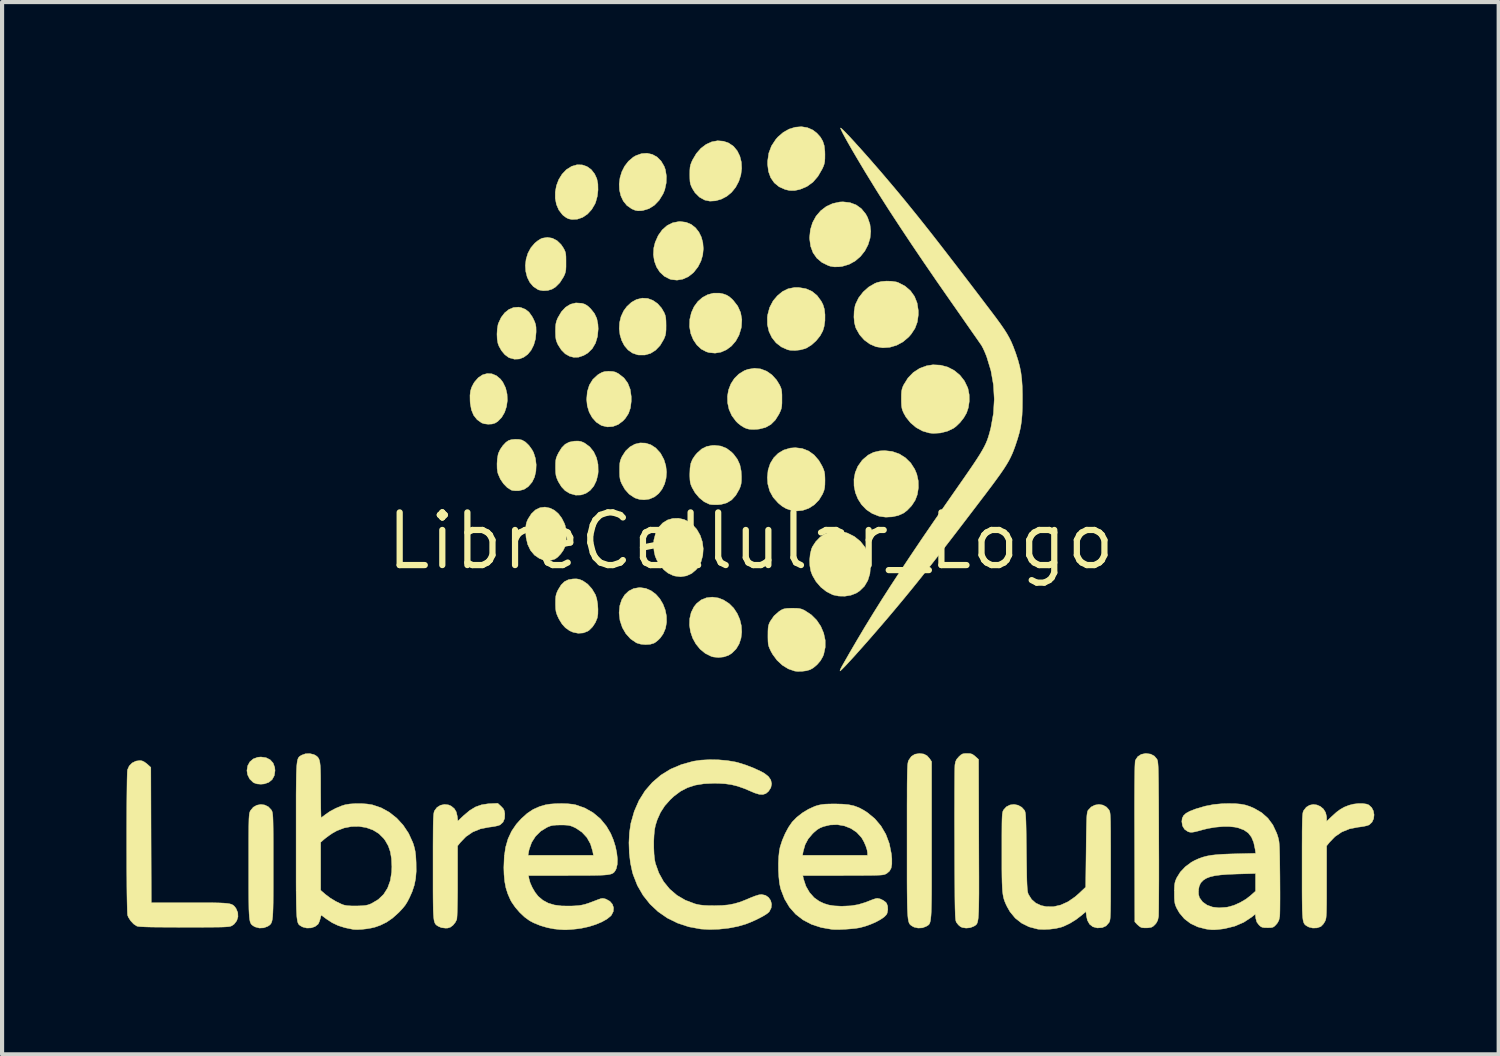
<source format=kicad_pcb>
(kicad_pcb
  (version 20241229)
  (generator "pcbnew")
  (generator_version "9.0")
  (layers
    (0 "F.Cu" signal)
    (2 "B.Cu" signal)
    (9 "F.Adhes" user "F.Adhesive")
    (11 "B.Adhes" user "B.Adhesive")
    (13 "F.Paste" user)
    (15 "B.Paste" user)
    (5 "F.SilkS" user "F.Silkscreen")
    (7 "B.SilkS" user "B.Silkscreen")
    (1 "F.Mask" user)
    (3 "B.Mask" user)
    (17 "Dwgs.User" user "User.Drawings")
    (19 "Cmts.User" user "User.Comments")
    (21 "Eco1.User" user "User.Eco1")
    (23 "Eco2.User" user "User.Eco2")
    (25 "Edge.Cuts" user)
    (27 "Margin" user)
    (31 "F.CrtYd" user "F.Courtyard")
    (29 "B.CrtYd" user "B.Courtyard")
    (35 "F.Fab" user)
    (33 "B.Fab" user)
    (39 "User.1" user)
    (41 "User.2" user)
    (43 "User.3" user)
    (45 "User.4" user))
  (footprint "LibreCellular_Logo"
    (layer "F.Cu")
    (at 15.054 9.996)
    (property "Reference" "LibreCellular_Logo" (at 0 0 0) (layer "F.SilkS") (effects (font (size 1.27 1.27) (thickness 0.15))))
    (attr through_hole)
    (fp_poly (pts (xy -11.689 5.224) (xy -11.59 5.274) (xy -11.519 5.352) (xy -11.48 5.457) (xy -11.472 5.535) (xy -11.49 5.655) (xy -11.541 5.75) (xy -11.623 5.818) (xy -11.732 5.856) (xy -11.813 5.863) (xy -11.906 5.856) (xy -11.976 5.832) (xy -12.004 5.815) (xy -12.083 5.738) (xy -12.134 5.636) (xy -12.15 5.535) (xy -12.131 5.418) (xy -12.078 5.322) (xy -11.996 5.253) (xy -11.889 5.214) (xy -11.813 5.207) (xy -11.689 5.224)) (stroke (width 0.01) (type solid)) (fill yes) (layer "F.SilkS"))
    (fp_poly (pts (xy -6.243 -4.032) (xy -6.134 -3.987) (xy -6.036 -3.905) (xy -5.978 -3.828) (xy -5.912 -3.692) (xy -5.877 -3.543) (xy -5.87 -3.391) (xy -5.891 -3.241) (xy -5.937 -3.102) (xy -6.008 -2.981) (xy -6.101 -2.885) (xy -6.164 -2.845) (xy -6.239 -2.822) (xy -6.334 -2.817) (xy -6.427 -2.828) (xy -6.488 -2.848) (xy -6.599 -2.927) (xy -6.682 -3.031) (xy -6.737 -3.164) (xy -6.766 -3.328) (xy -6.769 -3.379) (xy -6.771 -3.512) (xy -6.759 -3.618) (xy -6.731 -3.709) (xy -6.684 -3.8) (xy -6.663 -3.833) (xy -6.571 -3.939) (xy -6.467 -4.008) (xy -6.355 -4.039) (xy -6.243 -4.032)) (stroke (width 0.01) (type solid)) (fill yes) (layer "F.SilkS"))
    (fp_poly (pts (xy -4.066 -9.07) (xy -3.951 -9.031) (xy -3.848 -8.957) (xy -3.765 -8.851) (xy -3.712 -8.735) (xy -3.687 -8.61) (xy -3.684 -8.465) (xy -3.701 -8.315) (xy -3.739 -8.176) (xy -3.756 -8.132) (xy -3.837 -7.994) (xy -3.938 -7.884) (xy -4.055 -7.805) (xy -4.182 -7.761) (xy -4.313 -7.754) (xy -4.394 -7.77) (xy -4.447 -7.796) (xy -4.51 -7.841) (xy -4.54 -7.867) (xy -4.629 -7.982) (xy -4.687 -8.117) (xy -4.715 -8.265) (xy -4.714 -8.418) (xy -4.686 -8.571) (xy -4.631 -8.716) (xy -4.551 -8.846) (xy -4.448 -8.955) (xy -4.322 -9.034) (xy -4.318 -9.036) (xy -4.191 -9.073) (xy -4.066 -9.07)) (stroke (width 0.01) (type solid)) (fill yes) (layer "F.SilkS"))
    (fp_poly (pts (xy -1.56 -7.686) (xy -1.437 -7.635) (xy -1.334 -7.554) (xy -1.252 -7.45) (xy -1.192 -7.328) (xy -1.156 -7.192) (xy -1.145 -7.047) (xy -1.159 -6.899) (xy -1.202 -6.752) (xy -1.273 -6.612) (xy -1.374 -6.483) (xy -1.386 -6.47) (xy -1.506 -6.375) (xy -1.64 -6.315) (xy -1.779 -6.291) (xy -1.916 -6.306) (xy -1.957 -6.318) (xy -2.086 -6.385) (xy -2.192 -6.484) (xy -2.272 -6.607) (xy -2.325 -6.75) (xy -2.348 -6.905) (xy -2.339 -7.068) (xy -2.306 -7.201) (xy -2.232 -7.368) (xy -2.135 -7.504) (xy -2.018 -7.607) (xy -1.884 -7.674) (xy -1.735 -7.703) (xy -1.701 -7.704) (xy -1.56 -7.686)) (stroke (width 0.01) (type solid)) (fill yes) (layer "F.SilkS"))
    (fp_poly (pts (xy -0.782 1.373) (xy -0.66 1.42) (xy -0.524 1.507) (xy -0.412 1.619) (xy -0.326 1.75) (xy -0.264 1.893) (xy -0.228 2.043) (xy -0.219 2.195) (xy -0.236 2.342) (xy -0.281 2.48) (xy -0.354 2.602) (xy -0.455 2.703) (xy -0.538 2.756) (xy -0.65 2.794) (xy -0.779 2.808) (xy -0.904 2.795) (xy -0.953 2.781) (xy -1.098 2.709) (xy -1.222 2.607) (xy -1.324 2.482) (xy -1.402 2.34) (xy -1.454 2.187) (xy -1.478 2.029) (xy -1.473 1.872) (xy -1.438 1.722) (xy -1.37 1.586) (xy -1.306 1.506) (xy -1.196 1.419) (xy -1.068 1.368) (xy -0.928 1.352) (xy -0.782 1.373)) (stroke (width 0.01) (type solid)) (fill yes) (layer "F.SilkS"))
    (fp_poly (pts (xy -2.373 -9.322) (xy -2.259 -9.259) (xy -2.163 -9.162) (xy -2.089 -9.036) (xy -2.06 -8.956) (xy -2.035 -8.8) (xy -2.04 -8.633) (xy -2.075 -8.47) (xy -2.115 -8.372) (xy -2.21 -8.217) (xy -2.324 -8.098) (xy -2.455 -8.015) (xy -2.6 -7.971) (xy -2.644 -7.965) (xy -2.724 -7.963) (xy -2.79 -7.976) (xy -2.864 -8.007) (xy -2.875 -8.013) (xy -2.988 -8.092) (xy -3.074 -8.198) (xy -3.133 -8.323) (xy -3.166 -8.462) (xy -3.173 -8.609) (xy -3.154 -8.759) (xy -3.11 -8.904) (xy -3.042 -9.039) (xy -2.95 -9.158) (xy -2.835 -9.256) (xy -2.771 -9.293) (xy -2.634 -9.342) (xy -2.5 -9.351) (xy -2.373 -9.322)) (stroke (width 0.01) (type solid)) (fill yes) (layer "F.SilkS"))
    (fp_poly (pts (xy -1.605 -0.518) (xy -1.475 -0.452) (xy -1.413 -0.404) (xy -1.302 -0.281) (xy -1.22 -0.137) (xy -1.168 0.02) (xy -1.147 0.184) (xy -1.158 0.346) (xy -1.2 0.5) (xy -1.276 0.639) (xy -1.313 0.685) (xy -1.423 0.78) (xy -1.551 0.839) (xy -1.69 0.861) (xy -1.833 0.843) (xy -1.876 0.83) (xy -1.995 0.774) (xy -2.097 0.692) (xy -2.192 0.577) (xy -2.206 0.558) (xy -2.266 0.459) (xy -2.306 0.364) (xy -2.33 0.257) (xy -2.343 0.147) (xy -2.338 -0.023) (xy -2.295 -0.187) (xy -2.22 -0.332) (xy -2.124 -0.436) (xy -2.008 -0.508) (xy -1.879 -0.545) (xy -1.742 -0.549) (xy -1.605 -0.518)) (stroke (width 0.01) (type solid)) (fill yes) (layer "F.SilkS"))
    (fp_poly (pts (xy -3.332 -4.089) (xy -3.266 -4.074) (xy -3.2 -4.041) (xy -3.183 -4.03) (xy -3.057 -3.931) (xy -2.966 -3.807) (xy -2.908 -3.658) (xy -2.883 -3.484) (xy -2.883 -3.368) (xy -2.903 -3.208) (xy -2.949 -3.075) (xy -3.024 -2.96) (xy -3.083 -2.896) (xy -3.198 -2.81) (xy -3.325 -2.762) (xy -3.457 -2.752) (xy -3.587 -2.782) (xy -3.609 -2.791) (xy -3.726 -2.867) (xy -3.823 -2.975) (xy -3.897 -3.108) (xy -3.943 -3.26) (xy -3.958 -3.415) (xy -3.942 -3.602) (xy -3.892 -3.762) (xy -3.809 -3.897) (xy -3.693 -4.005) (xy -3.654 -4.03) (xy -3.585 -4.068) (xy -3.521 -4.087) (xy -3.441 -4.093) (xy -3.418 -4.093) (xy -3.332 -4.089)) (stroke (width 0.01) (type solid)) (fill yes) (layer "F.SilkS"))
    (fp_poly (pts (xy -2.532 1.142) (xy -2.404 1.198) (xy -2.29 1.283) (xy -2.194 1.392) (xy -2.118 1.52) (xy -2.064 1.661) (xy -2.034 1.808) (xy -2.031 1.957) (xy -2.056 2.103) (xy -2.113 2.238) (xy -2.183 2.337) (xy -2.242 2.396) (xy -2.305 2.445) (xy -2.336 2.463) (xy -2.427 2.49) (xy -2.538 2.497) (xy -2.651 2.487) (xy -2.748 2.459) (xy -2.762 2.452) (xy -2.899 2.359) (xy -3.012 2.234) (xy -3.098 2.085) (xy -3.154 1.917) (xy -3.175 1.738) (xy -3.175 1.724) (xy -3.159 1.56) (xy -3.113 1.417) (xy -3.04 1.297) (xy -2.943 1.206) (xy -2.826 1.146) (xy -2.692 1.123) (xy -2.673 1.122) (xy -2.532 1.142)) (stroke (width 0.01) (type solid)) (fill yes) (layer "F.SilkS"))
    (fp_poly (pts (xy -0.664 -5.959) (xy -0.588 -5.932) (xy -0.524 -5.895) (xy -0.457 -5.838) (xy -0.422 -5.802) (xy -0.315 -5.664) (xy -0.246 -5.51) (xy -0.216 -5.341) (xy -0.227 -5.163) (xy -0.233 -5.132) (xy -0.284 -4.966) (xy -0.363 -4.822) (xy -0.465 -4.704) (xy -0.585 -4.614) (xy -0.718 -4.555) (xy -0.861 -4.531) (xy -1.007 -4.545) (xy -1.071 -4.564) (xy -1.195 -4.629) (xy -1.301 -4.728) (xy -1.387 -4.855) (xy -1.447 -5.001) (xy -1.476 -5.161) (xy -1.477 -5.172) (xy -1.471 -5.347) (xy -1.433 -5.507) (xy -1.368 -5.651) (xy -1.278 -5.774) (xy -1.168 -5.871) (xy -1.041 -5.94) (xy -0.903 -5.977) (xy -0.755 -5.978) (xy -0.664 -5.959)) (stroke (width 0.01) (type solid)) (fill yes) (layer "F.SilkS"))
    (fp_poly (pts (xy 2.392 -8.16) (xy 2.54 -8.105) (xy 2.666 -8.014) (xy 2.77 -7.887) (xy 2.816 -7.803) (xy 2.873 -7.638) (xy 2.892 -7.47) (xy 2.876 -7.303) (xy 2.827 -7.143) (xy 2.749 -6.994) (xy 2.645 -6.863) (xy 2.517 -6.753) (xy 2.37 -6.672) (xy 2.206 -6.623) (xy 2.124 -6.613) (xy 2.013 -6.611) (xy 1.92 -6.626) (xy 1.87 -6.642) (xy 1.716 -6.717) (xy 1.593 -6.821) (xy 1.501 -6.952) (xy 1.443 -7.108) (xy 1.419 -7.286) (xy 1.418 -7.32) (xy 1.437 -7.508) (xy 1.49 -7.68) (xy 1.574 -7.834) (xy 1.685 -7.964) (xy 1.82 -8.067) (xy 1.974 -8.138) (xy 2.144 -8.175) (xy 2.223 -8.179) (xy 2.392 -8.16)) (stroke (width 0.01) (type solid)) (fill yes) (layer "F.SilkS"))
    (fp_poly (pts (xy -5.539 -5.629) (xy -5.434 -5.587) (xy -5.348 -5.518) (xy -5.275 -5.416) (xy -5.245 -5.361) (xy -5.21 -5.284) (xy -5.189 -5.222) (xy -5.179 -5.158) (xy -5.177 -5.073) (xy -5.177 -5.038) (xy -5.192 -4.874) (xy -5.234 -4.727) (xy -5.297 -4.602) (xy -5.379 -4.502) (xy -5.476 -4.431) (xy -5.583 -4.39) (xy -5.698 -4.385) (xy -5.817 -4.417) (xy -5.844 -4.43) (xy -5.931 -4.495) (xy -6.01 -4.589) (xy -6.072 -4.698) (xy -6.098 -4.769) (xy -6.115 -4.87) (xy -6.12 -4.989) (xy -6.113 -5.11) (xy -6.096 -5.215) (xy -6.086 -5.249) (xy -6.02 -5.391) (xy -5.934 -5.504) (xy -5.832 -5.585) (xy -5.72 -5.631) (xy -5.6 -5.64) (xy -5.539 -5.629)) (stroke (width 0.01) (type solid)) (fill yes) (layer "F.SilkS"))
    (fp_poly (pts (xy -4.838 -0.793) (xy -4.736 -0.742) (xy -4.643 -0.663) (xy -4.56 -0.554) (xy -4.496 -0.428) (xy -4.476 -0.373) (xy -4.455 -0.262) (xy -4.446 -0.134) (xy -4.452 -0.005) (xy -4.47 0.105) (xy -4.478 0.131) (xy -4.521 0.222) (xy -4.586 0.313) (xy -4.659 0.39) (xy -4.721 0.434) (xy -4.806 0.46) (xy -4.911 0.464) (xy -5.017 0.449) (xy -5.096 0.421) (xy -5.217 0.338) (xy -5.312 0.224) (xy -5.38 0.081) (xy -5.419 -0.087) (xy -5.428 -0.222) (xy -5.427 -0.321) (xy -5.42 -0.392) (xy -5.406 -0.451) (xy -5.38 -0.513) (xy -5.37 -0.533) (xy -5.289 -0.66) (xy -5.192 -0.751) (xy -5.082 -0.804) (xy -4.963 -0.819) (xy -4.838 -0.793)) (stroke (width 0.01) (type solid)) (fill yes) (layer "F.SilkS"))
    (fp_poly (pts (xy 1.331 -6.084) (xy 1.476 -6.02) (xy 1.598 -5.92) (xy 1.698 -5.784) (xy 1.74 -5.703) (xy 1.774 -5.592) (xy 1.789 -5.458) (xy 1.788 -5.314) (xy 1.768 -5.175) (xy 1.737 -5.069) (xy 1.671 -4.947) (xy 1.576 -4.83) (xy 1.464 -4.729) (xy 1.345 -4.655) (xy 1.306 -4.639) (xy 1.192 -4.609) (xy 1.067 -4.595) (xy 0.95 -4.6) (xy 0.889 -4.613) (xy 0.738 -4.68) (xy 0.61 -4.779) (xy 0.51 -4.904) (xy 0.439 -5.052) (xy 0.401 -5.216) (xy 0.399 -5.392) (xy 0.406 -5.45) (xy 0.454 -5.631) (xy 0.538 -5.792) (xy 0.64 -5.913) (xy 0.765 -6.017) (xy 0.897 -6.082) (xy 1.045 -6.112) (xy 1.165 -6.112) (xy 1.331 -6.084)) (stroke (width 0.01) (type solid)) (fill yes) (layer "F.SilkS"))
    (fp_poly (pts (xy 3.41 -2.16) (xy 3.578 -2.102) (xy 3.727 -2.009) (xy 3.854 -1.885) (xy 3.953 -1.732) (xy 4.003 -1.612) (xy 4.038 -1.451) (xy 4.041 -1.282) (xy 4.015 -1.119) (xy 3.964 -0.984) (xy 3.878 -0.852) (xy 3.768 -0.737) (xy 3.681 -0.672) (xy 3.556 -0.616) (xy 3.409 -0.584) (xy 3.254 -0.576) (xy 3.106 -0.596) (xy 3.089 -0.6) (xy 2.927 -0.664) (xy 2.787 -0.758) (xy 2.672 -0.877) (xy 2.584 -1.015) (xy 2.522 -1.167) (xy 2.49 -1.328) (xy 2.488 -1.491) (xy 2.518 -1.651) (xy 2.582 -1.803) (xy 2.681 -1.942) (xy 2.708 -1.97) (xy 2.83 -2.073) (xy 2.96 -2.139) (xy 3.107 -2.173) (xy 3.228 -2.18) (xy 3.41 -2.16)) (stroke (width 0.01) (type solid)) (fill yes) (layer "F.SilkS"))
    (fp_poly (pts (xy -0.659 -9.641) (xy -0.533 -9.597) (xy -0.416 -9.517) (xy -0.327 -9.409) (xy -0.264 -9.281) (xy -0.228 -9.137) (xy -0.22 -8.984) (xy -0.24 -8.827) (xy -0.289 -8.674) (xy -0.366 -8.529) (xy -0.463 -8.409) (xy -0.579 -8.313) (xy -0.711 -8.244) (xy -0.85 -8.204) (xy -0.986 -8.196) (xy -1.109 -8.221) (xy -1.236 -8.291) (xy -1.343 -8.396) (xy -1.408 -8.499) (xy -1.437 -8.56) (xy -1.456 -8.613) (xy -1.466 -8.67) (xy -1.47 -8.746) (xy -1.471 -8.836) (xy -1.47 -8.938) (xy -1.465 -9.011) (xy -1.453 -9.071) (xy -1.431 -9.13) (xy -1.404 -9.19) (xy -1.313 -9.344) (xy -1.203 -9.47) (xy -1.078 -9.564) (xy -0.942 -9.626) (xy -0.801 -9.652) (xy -0.659 -9.641)) (stroke (width 0.01) (type solid)) (fill yes) (layer "F.SilkS"))
    (fp_poly (pts (xy -5.59 -2.451) (xy -5.516 -2.435) (xy -5.433 -2.386) (xy -5.35 -2.306) (xy -5.277 -2.205) (xy -5.238 -2.133) (xy -5.193 -1.992) (xy -5.175 -1.839) (xy -5.182 -1.685) (xy -5.215 -1.542) (xy -5.273 -1.422) (xy -5.276 -1.418) (xy -5.367 -1.312) (xy -5.469 -1.245) (xy -5.585 -1.215) (xy -5.604 -1.213) (xy -5.68 -1.213) (xy -5.746 -1.22) (xy -5.774 -1.228) (xy -5.871 -1.288) (xy -5.962 -1.381) (xy -6.039 -1.494) (xy -6.093 -1.618) (xy -6.105 -1.661) (xy -6.117 -1.751) (xy -6.119 -1.863) (xy -6.112 -1.979) (xy -6.095 -2.08) (xy -6.086 -2.116) (xy -6.042 -2.209) (xy -5.978 -2.302) (xy -5.904 -2.38) (xy -5.841 -2.424) (xy -5.772 -2.445) (xy -5.682 -2.454) (xy -5.59 -2.451)) (stroke (width 0.01) (type solid)) (fill yes) (layer "F.SilkS"))
    (fp_poly (pts (xy -2.538 -2.361) (xy -2.411 -2.321) (xy -2.292 -2.244) (xy -2.187 -2.13) (xy -2.172 -2.109) (xy -2.095 -1.966) (xy -2.049 -1.816) (xy -2.032 -1.664) (xy -2.043 -1.516) (xy -2.079 -1.377) (xy -2.14 -1.251) (xy -2.222 -1.145) (xy -2.324 -1.064) (xy -2.445 -1.012) (xy -2.573 -0.995) (xy -2.682 -1.004) (xy -2.779 -1.034) (xy -2.81 -1.049) (xy -2.933 -1.131) (xy -3.034 -1.244) (xy -3.109 -1.375) (xy -3.136 -1.437) (xy -3.152 -1.494) (xy -3.161 -1.561) (xy -3.164 -1.651) (xy -3.164 -1.704) (xy -3.163 -1.807) (xy -3.158 -1.88) (xy -3.146 -1.938) (xy -3.125 -1.994) (xy -3.105 -2.037) (xy -3.019 -2.171) (xy -2.914 -2.27) (xy -2.795 -2.336) (xy -2.668 -2.366) (xy -2.538 -2.361)) (stroke (width 0.01) (type solid)) (fill yes) (layer "F.SilkS"))
    (fp_poly (pts (xy -2.487 -5.85) (xy -2.362 -5.804) (xy -2.248 -5.725) (xy -2.151 -5.615) (xy -2.088 -5.506) (xy -2.065 -5.448) (xy -2.051 -5.386) (xy -2.045 -5.306) (xy -2.043 -5.197) (xy -2.043 -5.196) (xy -2.044 -5.092) (xy -2.05 -5.016) (xy -2.062 -4.956) (xy -2.084 -4.898) (xy -2.098 -4.866) (xy -2.186 -4.717) (xy -2.294 -4.603) (xy -2.417 -4.525) (xy -2.553 -4.486) (xy -2.701 -4.486) (xy -2.729 -4.49) (xy -2.854 -4.533) (xy -2.961 -4.609) (xy -3.048 -4.711) (xy -3.112 -4.834) (xy -3.154 -4.971) (xy -3.172 -5.118) (xy -3.164 -5.267) (xy -3.129 -5.413) (xy -3.066 -5.549) (xy -2.989 -5.654) (xy -2.876 -5.758) (xy -2.756 -5.824) (xy -2.623 -5.856) (xy -2.616 -5.857) (xy -2.487 -5.85)) (stroke (width 0.01) (type solid)) (fill yes) (layer "F.SilkS"))
    (fp_poly (pts (xy 1.24 -2.231) (xy 1.392 -2.172) (xy 1.526 -2.076) (xy 1.641 -1.943) (xy 1.722 -1.802) (xy 1.754 -1.73) (xy 1.774 -1.669) (xy 1.784 -1.606) (xy 1.788 -1.523) (xy 1.789 -1.46) (xy 1.787 -1.358) (xy 1.78 -1.284) (xy 1.766 -1.222) (xy 1.741 -1.158) (xy 1.729 -1.13) (xy 1.643 -0.989) (xy 1.53 -0.874) (xy 1.398 -0.79) (xy 1.252 -0.739) (xy 1.099 -0.724) (xy 0.968 -0.742) (xy 0.857 -0.78) (xy 0.756 -0.839) (xy 0.661 -0.917) (xy 0.539 -1.054) (xy 0.456 -1.206) (xy 0.41 -1.376) (xy 0.399 -1.532) (xy 0.417 -1.711) (xy 0.469 -1.87) (xy 0.552 -2.006) (xy 0.662 -2.116) (xy 0.795 -2.195) (xy 0.949 -2.241) (xy 1.073 -2.251) (xy 1.24 -2.231)) (stroke (width 0.01) (type solid)) (fill yes) (layer "F.SilkS"))
    (fp_poly (pts (xy 1.365 -9.968) (xy 1.497 -9.91) (xy 1.593 -9.836) (xy 1.679 -9.74) (xy 1.736 -9.642) (xy 1.771 -9.532) (xy 1.786 -9.397) (xy 1.788 -9.324) (xy 1.787 -9.223) (xy 1.782 -9.149) (xy 1.77 -9.09) (xy 1.749 -9.031) (xy 1.721 -8.97) (xy 1.619 -8.794) (xy 1.498 -8.654) (xy 1.356 -8.551) (xy 1.19 -8.481) (xy 1.187 -8.48) (xy 1.054 -8.451) (xy 0.933 -8.453) (xy 0.829 -8.477) (xy 0.683 -8.542) (xy 0.567 -8.637) (xy 0.481 -8.76) (xy 0.427 -8.909) (xy 0.405 -9.083) (xy 0.406 -9.162) (xy 0.434 -9.354) (xy 0.499 -9.527) (xy 0.603 -9.685) (xy 0.655 -9.744) (xy 0.784 -9.855) (xy 0.925 -9.934) (xy 1.073 -9.979) (xy 1.222 -9.991) (xy 1.365 -9.968)) (stroke (width 0.01) (type solid)) (fill yes) (layer "F.SilkS"))
    (fp_poly (pts (xy 2.155 -0.228) (xy 2.282 -0.207) (xy 2.334 -0.191) (xy 2.502 -0.106) (xy 2.644 0.01) (xy 2.756 0.152) (xy 2.835 0.316) (xy 2.879 0.497) (xy 2.887 0.603) (xy 2.872 0.787) (xy 2.822 0.949) (xy 2.74 1.089) (xy 2.625 1.202) (xy 2.539 1.258) (xy 2.414 1.306) (xy 2.269 1.33) (xy 2.121 1.327) (xy 1.985 1.299) (xy 1.977 1.296) (xy 1.827 1.221) (xy 1.69 1.113) (xy 1.574 0.979) (xy 1.485 0.827) (xy 1.447 0.724) (xy 1.424 0.597) (xy 1.419 0.456) (xy 1.433 0.316) (xy 1.463 0.192) (xy 1.486 0.138) (xy 1.566 0.015) (xy 1.669 -0.092) (xy 1.782 -0.172) (xy 1.789 -0.175) (xy 1.893 -0.211) (xy 2.02 -0.229) (xy 2.155 -0.228)) (stroke (width 0.01) (type solid)) (fill yes) (layer "F.SilkS"))
    (fp_poly (pts (xy 3.399 -6.264) (xy 3.511 -6.247) (xy 3.556 -6.232) (xy 3.718 -6.148) (xy 3.849 -6.036) (xy 3.947 -5.899) (xy 4.011 -5.739) (xy 4.039 -5.558) (xy 4.039 -5.452) (xy 4.015 -5.28) (xy 3.959 -5.129) (xy 3.867 -4.989) (xy 3.808 -4.921) (xy 3.672 -4.805) (xy 3.518 -4.721) (xy 3.352 -4.672) (xy 3.183 -4.66) (xy 3.021 -4.685) (xy 2.872 -4.749) (xy 2.737 -4.847) (xy 2.624 -4.974) (xy 2.54 -5.123) (xy 2.527 -5.154) (xy 2.499 -5.266) (xy 2.487 -5.4) (xy 2.492 -5.539) (xy 2.513 -5.666) (xy 2.525 -5.708) (xy 2.6 -5.864) (xy 2.709 -6.005) (xy 2.843 -6.125) (xy 2.994 -6.213) (xy 3.048 -6.234) (xy 3.151 -6.258) (xy 3.274 -6.268) (xy 3.399 -6.264)) (stroke (width 0.01) (type solid)) (fill yes) (layer "F.SilkS"))
    (fp_poly (pts (xy -4.785 -7.302) (xy -4.674 -7.245) (xy -4.577 -7.152) (xy -4.521 -7.07) (xy -4.492 -7.016) (xy -4.473 -6.97) (xy -4.462 -6.92) (xy -4.457 -6.855) (xy -4.456 -6.764) (xy -4.456 -6.72) (xy -4.456 -6.614) (xy -4.46 -6.539) (xy -4.47 -6.482) (xy -4.486 -6.433) (xy -4.511 -6.379) (xy -4.515 -6.371) (xy -4.605 -6.229) (xy -4.709 -6.125) (xy -4.794 -6.073) (xy -4.896 -6.042) (xy -5.008 -6.036) (xy -5.109 -6.054) (xy -5.133 -6.064) (xy -5.244 -6.137) (xy -5.33 -6.239) (xy -5.391 -6.362) (xy -5.426 -6.501) (xy -5.436 -6.647) (xy -5.418 -6.796) (xy -5.374 -6.94) (xy -5.303 -7.072) (xy -5.208 -7.183) (xy -5.142 -7.237) (xy -5.072 -7.282) (xy -5.029 -7.302) (xy -4.905 -7.322) (xy -4.785 -7.302)) (stroke (width 0.01) (type solid)) (fill yes) (layer "F.SilkS"))
    (fp_poly (pts (xy -4.079 -5.733) (xy -4.075 -5.733) (xy -4.009 -5.713) (xy -3.952 -5.682) (xy -3.89 -5.629) (xy -3.859 -5.598) (xy -3.771 -5.488) (xy -3.714 -5.367) (xy -3.686 -5.226) (xy -3.68 -5.114) (xy -3.697 -4.932) (xy -3.745 -4.772) (xy -3.824 -4.638) (xy -3.932 -4.533) (xy -4.032 -4.474) (xy -4.154 -4.433) (xy -4.27 -4.43) (xy -4.368 -4.455) (xy -4.473 -4.513) (xy -4.568 -4.608) (xy -4.648 -4.732) (xy -4.652 -4.741) (xy -4.68 -4.803) (xy -4.697 -4.861) (xy -4.706 -4.926) (xy -4.709 -5.015) (xy -4.71 -5.059) (xy -4.708 -5.161) (xy -4.701 -5.235) (xy -4.687 -5.296) (xy -4.663 -5.36) (xy -4.65 -5.387) (xy -4.565 -5.531) (xy -4.464 -5.639) (xy -4.347 -5.71) (xy -4.218 -5.742) (xy -4.079 -5.733)) (stroke (width 0.01) (type solid)) (fill yes) (layer "F.SilkS"))
    (fp_poly (pts (xy -4.1 -2.402) (xy -4.038 -2.378) (xy -4.002 -2.359) (xy -3.883 -2.271) (xy -3.788 -2.152) (xy -3.721 -2.009) (xy -3.684 -1.848) (xy -3.68 -1.673) (xy -3.686 -1.608) (xy -3.724 -1.454) (xy -3.788 -1.323) (xy -3.874 -1.221) (xy -3.978 -1.149) (xy -4.096 -1.11) (xy -4.224 -1.107) (xy -4.356 -1.144) (xy -4.372 -1.151) (xy -4.478 -1.216) (xy -4.565 -1.308) (xy -4.641 -1.432) (xy -4.654 -1.46) (xy -4.681 -1.524) (xy -4.698 -1.585) (xy -4.706 -1.656) (xy -4.709 -1.752) (xy -4.709 -1.78) (xy -4.708 -1.878) (xy -4.703 -1.948) (xy -4.691 -2.004) (xy -4.668 -2.061) (xy -4.636 -2.127) (xy -4.56 -2.249) (xy -4.477 -2.333) (xy -4.379 -2.385) (xy -4.259 -2.408) (xy -4.245 -2.409) (xy -4.162 -2.411) (xy -4.1 -2.402)) (stroke (width 0.01) (type solid)) (fill yes) (layer "F.SilkS"))
    (fp_poly (pts (xy -4.136 0.923) (xy -4.068 0.951) (xy -4.048 0.96) (xy -3.933 1.04) (xy -3.831 1.153) (xy -3.749 1.29) (xy -3.743 1.303) (xy -3.714 1.396) (xy -3.694 1.514) (xy -3.685 1.641) (xy -3.687 1.761) (xy -3.702 1.854) (xy -3.747 1.964) (xy -3.815 2.068) (xy -3.897 2.15) (xy -3.93 2.173) (xy -4.039 2.216) (xy -4.162 2.224) (xy -4.287 2.199) (xy -4.372 2.161) (xy -4.47 2.091) (xy -4.551 2.002) (xy -4.624 1.883) (xy -4.652 1.825) (xy -4.68 1.759) (xy -4.697 1.698) (xy -4.706 1.628) (xy -4.709 1.533) (xy -4.709 1.503) (xy -4.708 1.404) (xy -4.702 1.332) (xy -4.689 1.275) (xy -4.666 1.217) (xy -4.646 1.176) (xy -4.574 1.059) (xy -4.493 0.979) (xy -4.397 0.932) (xy -4.289 0.914) (xy -4.203 0.912) (xy -4.136 0.923)) (stroke (width 0.01) (type solid)) (fill yes) (layer "F.SilkS"))
    (fp_poly (pts (xy -0.721 -2.29) (xy -0.586 -2.236) (xy -0.463 -2.143) (xy -0.414 -2.093) (xy -0.324 -1.972) (xy -0.264 -1.841) (xy -0.233 -1.691) (xy -0.225 -1.556) (xy -0.226 -1.454) (xy -0.234 -1.379) (xy -0.25 -1.317) (xy -0.277 -1.25) (xy -0.278 -1.249) (xy -0.362 -1.102) (xy -0.461 -0.993) (xy -0.578 -0.921) (xy -0.716 -0.883) (xy -0.791 -0.876) (xy -0.875 -0.875) (xy -0.951 -0.879) (xy -1 -0.888) (xy -1.125 -0.948) (xy -1.242 -1.043) (xy -1.345 -1.166) (xy -1.415 -1.289) (xy -1.442 -1.351) (xy -1.459 -1.409) (xy -1.467 -1.475) (xy -1.471 -1.564) (xy -1.471 -1.619) (xy -1.465 -1.762) (xy -1.445 -1.876) (xy -1.405 -1.973) (xy -1.342 -2.066) (xy -1.292 -2.124) (xy -1.183 -2.221) (xy -1.065 -2.28) (xy -0.929 -2.305) (xy -0.872 -2.307) (xy -0.721 -2.29)) (stroke (width 0.01) (type solid)) (fill yes) (layer "F.SilkS"))
    (fp_poly (pts (xy 0.239 -4.15) (xy 0.381 -4.096) (xy 0.51 -4.006) (xy 0.621 -3.883) (xy 0.692 -3.768) (xy 0.719 -3.711) (xy 0.737 -3.66) (xy 0.746 -3.602) (xy 0.751 -3.527) (xy 0.751 -3.429) (xy 0.751 -3.326) (xy 0.746 -3.252) (xy 0.736 -3.194) (xy 0.717 -3.14) (xy 0.687 -3.075) (xy 0.682 -3.064) (xy 0.592 -2.919) (xy 0.484 -2.811) (xy 0.355 -2.739) (xy 0.201 -2.7) (xy 0.116 -2.693) (xy 0.022 -2.692) (xy -0.047 -2.698) (xy -0.106 -2.714) (xy -0.159 -2.737) (xy -0.233 -2.782) (xy -0.312 -2.844) (xy -0.356 -2.888) (xy -0.458 -3.025) (xy -0.525 -3.175) (xy -0.559 -3.332) (xy -0.563 -3.491) (xy -0.536 -3.646) (xy -0.48 -3.79) (xy -0.397 -3.919) (xy -0.288 -4.027) (xy -0.155 -4.109) (xy -0.066 -4.141) (xy 0.088 -4.166) (xy 0.239 -4.15)) (stroke (width 0.01) (type solid)) (fill yes) (layer "F.SilkS"))
    (fp_poly (pts (xy 4.575 -4.241) (xy 4.748 -4.195) (xy 4.905 -4.113) (xy 5.041 -4.001) (xy 5.151 -3.861) (xy 5.23 -3.697) (xy 5.238 -3.672) (xy 5.266 -3.528) (xy 5.268 -3.37) (xy 5.245 -3.214) (xy 5.202 -3.087) (xy 5.135 -2.971) (xy 5.046 -2.858) (xy 4.946 -2.762) (xy 4.888 -2.719) (xy 4.739 -2.648) (xy 4.571 -2.606) (xy 4.397 -2.596) (xy 4.302 -2.606) (xy 4.141 -2.653) (xy 3.988 -2.737) (xy 3.853 -2.85) (xy 3.742 -2.988) (xy 3.687 -3.086) (xy 3.66 -3.147) (xy 3.644 -3.202) (xy 3.635 -3.265) (xy 3.631 -3.348) (xy 3.63 -3.429) (xy 3.631 -3.534) (xy 3.636 -3.609) (xy 3.647 -3.666) (xy 3.665 -3.72) (xy 3.689 -3.77) (xy 3.79 -3.932) (xy 3.918 -4.064) (xy 4.07 -4.163) (xy 4.24 -4.226) (xy 4.392 -4.25) (xy 4.575 -4.241)) (stroke (width 0.01) (type solid)) (fill yes) (layer "F.SilkS"))
    (fp_poly (pts (xy 1.104 1.621) (xy 1.174 1.628) (xy 1.231 1.643) (xy 1.288 1.668) (xy 1.306 1.678) (xy 1.46 1.78) (xy 1.589 1.909) (xy 1.688 2.057) (xy 1.757 2.22) (xy 1.794 2.391) (xy 1.794 2.564) (xy 1.758 2.733) (xy 1.736 2.788) (xy 1.679 2.887) (xy 1.597 2.982) (xy 1.504 3.06) (xy 1.429 3.102) (xy 1.339 3.128) (xy 1.229 3.142) (xy 1.121 3.143) (xy 1.058 3.135) (xy 0.906 3.083) (xy 0.761 2.994) (xy 0.632 2.874) (xy 0.525 2.729) (xy 0.485 2.657) (xy 0.453 2.589) (xy 0.432 2.534) (xy 0.42 2.48) (xy 0.415 2.414) (xy 0.413 2.323) (xy 0.413 2.276) (xy 0.414 2.17) (xy 0.418 2.094) (xy 0.427 2.038) (xy 0.443 1.99) (xy 0.467 1.939) (xy 0.47 1.935) (xy 0.56 1.805) (xy 0.681 1.698) (xy 0.746 1.657) (xy 0.798 1.636) (xy 0.869 1.624) (xy 0.968 1.62) (xy 1.005 1.62) (xy 1.104 1.621)) (stroke (width 0.01) (type solid)) (fill yes) (layer "F.SilkS"))
    (fp_poly (pts (xy 9.643 5.138) (xy 9.731 5.185) (xy 9.792 5.257) (xy 9.799 5.271) (xy 9.805 5.287) (xy 9.811 5.309) (xy 9.815 5.34) (xy 9.819 5.383) (xy 9.823 5.44) (xy 9.826 5.513) (xy 9.828 5.607) (xy 9.83 5.723) (xy 9.832 5.864) (xy 9.833 6.032) (xy 9.835 6.232) (xy 9.836 6.465) (xy 9.837 6.734) (xy 9.838 7.042) (xy 9.838 7.133) (xy 9.839 7.409) (xy 9.84 7.675) (xy 9.84 7.927) (xy 9.84 8.162) (xy 9.839 8.378) (xy 9.838 8.57) (xy 9.837 8.734) (xy 9.836 8.869) (xy 9.834 8.971) (xy 9.833 9.035) (xy 9.831 9.056) (xy 9.813 9.143) (xy 9.778 9.21) (xy 9.749 9.245) (xy 9.701 9.291) (xy 9.655 9.315) (xy 9.59 9.325) (xy 9.566 9.327) (xy 9.492 9.328) (xy 9.432 9.322) (xy 9.409 9.315) (xy 9.365 9.287) (xy 9.317 9.244) (xy 9.313 9.24) (xy 9.26 9.183) (xy 9.255 7.264) (xy 9.254 6.906) (xy 9.253 6.59) (xy 9.253 6.312) (xy 9.254 6.071) (xy 9.255 5.866) (xy 9.257 5.695) (xy 9.259 5.556) (xy 9.261 5.448) (xy 9.265 5.368) (xy 9.268 5.315) (xy 9.273 5.288) (xy 9.273 5.286) (xy 9.33 5.199) (xy 9.414 5.144) (xy 9.52 5.122) (xy 9.529 5.122) (xy 9.643 5.138)) (stroke (width 0.01) (type solid)) (fill yes) (layer "F.SilkS"))
    (fp_poly (pts (xy 4.067 5.123) (xy 4.172 5.136) (xy 4.251 5.178) (xy 4.312 5.247) (xy 4.36 5.319) (xy 4.36 7.222) (xy 4.36 7.557) (xy 4.36 7.852) (xy 4.36 8.11) (xy 4.36 8.333) (xy 4.359 8.525) (xy 4.357 8.687) (xy 4.354 8.823) (xy 4.351 8.934) (xy 4.346 9.024) (xy 4.339 9.095) (xy 4.332 9.15) (xy 4.322 9.191) (xy 4.311 9.222) (xy 4.298 9.243) (xy 4.282 9.259) (xy 4.264 9.271) (xy 4.243 9.283) (xy 4.227 9.293) (xy 4.136 9.327) (xy 4.033 9.332) (xy 3.935 9.309) (xy 3.902 9.291) (xy 3.879 9.277) (xy 3.859 9.263) (xy 3.842 9.248) (xy 3.827 9.228) (xy 3.814 9.2) (xy 3.803 9.163) (xy 3.794 9.113) (xy 3.787 9.048) (xy 3.781 8.966) (xy 3.776 8.863) (xy 3.773 8.737) (xy 3.771 8.586) (xy 3.769 8.406) (xy 3.768 8.195) (xy 3.768 7.951) (xy 3.768 7.671) (xy 3.768 7.352) (xy 3.768 7.224) (xy 3.768 6.901) (xy 3.768 6.618) (xy 3.768 6.371) (xy 3.769 6.159) (xy 3.769 5.978) (xy 3.77 5.826) (xy 3.772 5.7) (xy 3.774 5.596) (xy 3.776 5.514) (xy 3.779 5.449) (xy 3.782 5.399) (xy 3.787 5.361) (xy 3.792 5.333) (xy 3.797 5.312) (xy 3.804 5.294) (xy 3.81 5.282) (xy 3.872 5.193) (xy 3.958 5.14) (xy 4.067 5.123) (xy 4.067 5.123)) (stroke (width 0.01) (type solid)) (fill yes) (layer "F.SilkS"))
    (fp_poly (pts (xy 5.289 5.125) (xy 5.34 5.14) (xy 5.387 5.172) (xy 5.414 5.195) (xy 5.493 5.267) (xy 5.498 7.195) (xy 5.499 7.533) (xy 5.5 7.83) (xy 5.501 8.09) (xy 5.501 8.316) (xy 5.501 8.51) (xy 5.499 8.674) (xy 5.497 8.812) (xy 5.494 8.925) (xy 5.489 9.017) (xy 5.484 9.089) (xy 5.476 9.145) (xy 5.467 9.188) (xy 5.456 9.219) (xy 5.443 9.241) (xy 5.427 9.257) (xy 5.41 9.27) (xy 5.39 9.282) (xy 5.37 9.293) (xy 5.288 9.324) (xy 5.192 9.333) (xy 5.101 9.319) (xy 5.056 9.299) (xy 5.006 9.256) (xy 4.962 9.2) (xy 4.961 9.199) (xy 4.954 9.186) (xy 4.948 9.169) (xy 4.942 9.147) (xy 4.938 9.115) (xy 4.934 9.072) (xy 4.93 9.015) (xy 4.928 8.94) (xy 4.925 8.846) (xy 4.923 8.729) (xy 4.921 8.587) (xy 4.92 8.417) (xy 4.919 8.216) (xy 4.917 7.982) (xy 4.916 7.711) (xy 4.915 7.402) (xy 4.915 7.324) (xy 4.914 7.048) (xy 4.913 6.782) (xy 4.913 6.529) (xy 4.914 6.294) (xy 4.914 6.078) (xy 4.915 5.886) (xy 4.916 5.721) (xy 4.917 5.586) (xy 4.919 5.484) (xy 4.921 5.419) (xy 4.922 5.398) (xy 4.937 5.319) (xy 4.965 5.261) (xy 5.016 5.203) (xy 5.016 5.202) (xy 5.067 5.156) (xy 5.11 5.132) (xy 5.165 5.123) (xy 5.215 5.122) (xy 5.289 5.125)) (stroke (width 0.01) (type solid)) (fill yes) (layer "F.SilkS"))
    (fp_poly (pts (xy -11.72 6.365) (xy -11.633 6.408) (xy -11.564 6.481) (xy -11.553 6.499) (xy -11.545 6.517) (xy -11.538 6.538) (xy -11.533 6.566) (xy -11.528 6.605) (xy -11.524 6.658) (xy -11.521 6.729) (xy -11.519 6.82) (xy -11.517 6.935) (xy -11.516 7.078) (xy -11.515 7.251) (xy -11.515 7.458) (xy -11.515 7.702) (xy -11.515 7.839) (xy -11.515 8.113) (xy -11.515 8.348) (xy -11.516 8.547) (xy -11.517 8.713) (xy -11.52 8.85) (xy -11.524 8.96) (xy -11.529 9.048) (xy -11.537 9.116) (xy -11.547 9.167) (xy -11.56 9.205) (xy -11.576 9.232) (xy -11.595 9.253) (xy -11.617 9.27) (xy -11.643 9.287) (xy -11.652 9.292) (xy -11.746 9.327) (xy -11.851 9.332) (xy -11.951 9.305) (xy -11.976 9.292) (xy -12.003 9.275) (xy -12.025 9.259) (xy -12.044 9.24) (xy -12.06 9.213) (xy -12.073 9.178) (xy -12.083 9.129) (xy -12.091 9.064) (xy -12.097 8.98) (xy -12.102 8.873) (xy -12.104 8.74) (xy -12.106 8.578) (xy -12.107 8.385) (xy -12.107 8.155) (xy -12.107 7.888) (xy -12.107 7.841) (xy -12.107 7.578) (xy -12.107 7.354) (xy -12.107 7.166) (xy -12.106 7.01) (xy -12.105 6.883) (xy -12.103 6.782) (xy -12.101 6.703) (xy -12.097 6.642) (xy -12.093 6.597) (xy -12.088 6.563) (xy -12.081 6.539) (xy -12.074 6.519) (xy -12.065 6.502) (xy -12.062 6.497) (xy -11.996 6.418) (xy -11.911 6.37) (xy -11.815 6.352) (xy -11.72 6.365)) (stroke (width 0.01) (type solid)) (fill yes) (layer "F.SilkS"))
    (fp_poly (pts (xy -6.022 6.397) (xy -5.97 6.451) (xy -5.944 6.505) (xy -5.932 6.575) (xy -5.937 6.689) (xy -5.974 6.778) (xy -6.043 6.842) (xy -6.053 6.847) (xy -6.102 6.864) (xy -6.18 6.881) (xy -6.272 6.895) (xy -6.309 6.899) (xy -6.518 6.94) (xy -6.705 7.016) (xy -6.869 7.128) (xy -7.001 7.265) (xy -7.07 7.351) (xy -7.07 8.2) (xy -7.07 8.417) (xy -7.072 8.612) (xy -7.075 8.781) (xy -7.078 8.921) (xy -7.082 9.028) (xy -7.087 9.099) (xy -7.091 9.126) (xy -7.123 9.192) (xy -7.174 9.256) (xy -7.187 9.269) (xy -7.247 9.313) (xy -7.308 9.332) (xy -7.361 9.334) (xy -7.459 9.322) (xy -7.529 9.293) (xy -7.556 9.277) (xy -7.579 9.261) (xy -7.598 9.243) (xy -7.614 9.219) (xy -7.627 9.186) (xy -7.638 9.141) (xy -7.646 9.08) (xy -7.652 9.001) (xy -7.657 8.899) (xy -7.659 8.773) (xy -7.661 8.618) (xy -7.662 8.432) (xy -7.662 8.211) (xy -7.662 7.952) (xy -7.662 7.852) (xy -7.662 7.585) (xy -7.662 7.358) (xy -7.661 7.166) (xy -7.66 7.007) (xy -7.659 6.876) (xy -7.657 6.772) (xy -7.654 6.69) (xy -7.65 6.628) (xy -7.646 6.581) (xy -7.64 6.547) (xy -7.634 6.522) (xy -7.627 6.504) (xy -7.567 6.424) (xy -7.484 6.372) (xy -7.387 6.351) (xy -7.288 6.363) (xy -7.224 6.391) (xy -7.149 6.453) (xy -7.102 6.532) (xy -7.077 6.64) (xy -7.077 6.643) (xy -7.064 6.752) (xy -6.92 6.616) (xy -6.777 6.496) (xy -6.638 6.412) (xy -6.492 6.36) (xy -6.33 6.335) (xy -6.294 6.333) (xy -6.101 6.324) (xy -6.022 6.397)) (stroke (width 0.01) (type solid)) (fill yes) (layer "F.SilkS"))
    (fp_poly (pts (xy -14.678 5.301) (xy -14.63 5.323) (xy -14.572 5.364) (xy -14.546 5.386) (xy -14.467 5.458) (xy -14.462 7.089) (xy -14.456 8.721) (xy -13.53 8.721) (xy -13.296 8.721) (xy -13.1 8.721) (xy -12.939 8.723) (xy -12.809 8.726) (xy -12.705 8.731) (xy -12.625 8.738) (xy -12.564 8.748) (xy -12.518 8.762) (xy -12.484 8.78) (xy -12.458 8.802) (xy -12.435 8.829) (xy -12.413 8.861) (xy -12.409 8.867) (xy -12.37 8.961) (xy -12.366 9.061) (xy -12.396 9.156) (xy -12.457 9.236) (xy -12.511 9.275) (xy -12.529 9.283) (xy -12.552 9.291) (xy -12.582 9.297) (xy -12.624 9.301) (xy -12.681 9.305) (xy -12.757 9.308) (xy -12.855 9.31) (xy -12.979 9.311) (xy -13.133 9.312) (xy -13.32 9.313) (xy -13.544 9.313) (xy -13.663 9.313) (xy -13.918 9.312) (xy -14.134 9.311) (xy -14.314 9.31) (xy -14.46 9.308) (xy -14.577 9.305) (xy -14.666 9.301) (xy -14.732 9.297) (xy -14.776 9.292) (xy -14.803 9.285) (xy -14.806 9.284) (xy -14.882 9.234) (xy -14.953 9.158) (xy -15.008 9.072) (xy -15.027 9.023) (xy -15.031 8.988) (xy -15.034 8.915) (xy -15.037 8.807) (xy -15.04 8.669) (xy -15.043 8.505) (xy -15.045 8.318) (xy -15.046 8.112) (xy -15.048 7.892) (xy -15.048 7.662) (xy -15.049 7.425) (xy -15.049 7.185) (xy -15.049 6.947) (xy -15.048 6.714) (xy -15.047 6.49) (xy -15.046 6.28) (xy -15.044 6.087) (xy -15.042 5.915) (xy -15.04 5.768) (xy -15.037 5.651) (xy -15.034 5.566) (xy -15.03 5.519) (xy -15.029 5.514) (xy -14.988 5.423) (xy -14.917 5.351) (xy -14.826 5.306) (xy -14.727 5.293) (xy -14.678 5.301)) (stroke (width 0.01) (type solid)) (fill yes) (layer "F.SilkS"))
    (fp_poly (pts (xy 14.847 6.343) (xy 14.9 6.363) (xy 14.97 6.426) (xy 15.013 6.509) (xy 15.029 6.602) (xy 15.018 6.695) (xy 14.98 6.778) (xy 14.915 6.84) (xy 14.902 6.847) (xy 14.853 6.864) (xy 14.775 6.881) (xy 14.683 6.895) (xy 14.646 6.899) (xy 14.437 6.94) (xy 14.25 7.016) (xy 14.086 7.128) (xy 13.954 7.265) (xy 13.885 7.351) (xy 13.885 8.22) (xy 13.885 8.435) (xy 13.885 8.612) (xy 13.884 8.756) (xy 13.882 8.87) (xy 13.88 8.958) (xy 13.876 9.025) (xy 13.872 9.075) (xy 13.866 9.112) (xy 13.858 9.14) (xy 13.848 9.164) (xy 13.843 9.175) (xy 13.803 9.238) (xy 13.754 9.288) (xy 13.74 9.298) (xy 13.653 9.328) (xy 13.553 9.332) (xy 13.458 9.309) (xy 13.426 9.293) (xy 13.399 9.277) (xy 13.376 9.261) (xy 13.357 9.243) (xy 13.341 9.219) (xy 13.328 9.186) (xy 13.317 9.141) (xy 13.309 9.081) (xy 13.303 9.001) (xy 13.298 8.9) (xy 13.296 8.774) (xy 13.294 8.62) (xy 13.293 8.434) (xy 13.293 8.213) (xy 13.293 7.954) (xy 13.293 7.848) (xy 13.293 7.583) (xy 13.293 7.357) (xy 13.294 7.166) (xy 13.294 7.008) (xy 13.296 6.878) (xy 13.298 6.775) (xy 13.3 6.694) (xy 13.304 6.632) (xy 13.308 6.586) (xy 13.313 6.552) (xy 13.319 6.527) (xy 13.327 6.509) (xy 13.331 6.499) (xy 13.395 6.418) (xy 13.474 6.37) (xy 13.562 6.352) (xy 13.652 6.364) (xy 13.736 6.401) (xy 13.808 6.462) (xy 13.86 6.546) (xy 13.884 6.648) (xy 13.885 6.676) (xy 13.885 6.759) (xy 14.018 6.633) (xy 14.123 6.538) (xy 14.217 6.469) (xy 14.311 6.416) (xy 14.42 6.373) (xy 14.426 6.371) (xy 14.531 6.344) (xy 14.645 6.33) (xy 14.755 6.33) (xy 14.847 6.343)) (stroke (width 0.01) (type solid)) (fill yes) (layer "F.SilkS"))
    (fp_poly (pts (xy -0.774 5.276) (xy -0.561 5.295) (xy -0.368 5.328) (xy -0.318 5.34) (xy -0.128 5.399) (xy 0.065 5.473) (xy 0.243 5.555) (xy 0.328 5.602) (xy 0.423 5.676) (xy 0.482 5.761) (xy 0.502 5.854) (xy 0.483 5.948) (xy 0.427 6.035) (xy 0.364 6.088) (xy 0.291 6.112) (xy 0.202 6.107) (xy 0.091 6.073) (xy 0.026 6.045) (xy -0.155 5.968) (xy -0.315 5.912) (xy -0.466 5.874) (xy -0.621 5.852) (xy -0.793 5.842) (xy -0.888 5.841) (xy -1.128 5.852) (xy -1.338 5.886) (xy -1.524 5.946) (xy -1.694 6.034) (xy -1.853 6.153) (xy -1.939 6.233) (xy -2.074 6.384) (xy -2.177 6.543) (xy -2.257 6.722) (xy -2.3 6.858) (xy -2.32 6.961) (xy -2.333 7.093) (xy -2.34 7.243) (xy -2.339 7.399) (xy -2.333 7.548) (xy -2.319 7.678) (xy -2.302 7.768) (xy -2.218 8.003) (xy -2.103 8.212) (xy -1.956 8.392) (xy -1.781 8.542) (xy -1.577 8.661) (xy -1.346 8.748) (xy -1.312 8.757) (xy -1.231 8.774) (xy -1.135 8.785) (xy -1.014 8.791) (xy -0.868 8.792) (xy -0.69 8.787) (xy -0.539 8.773) (xy -0.4 8.746) (xy -0.259 8.705) (xy -0.103 8.644) (xy -0.025 8.61) (xy 0.096 8.562) (xy 0.192 8.532) (xy 0.259 8.523) (xy 0.354 8.543) (xy 0.428 8.594) (xy 0.478 8.667) (xy 0.501 8.754) (xy 0.491 8.847) (xy 0.446 8.936) (xy 0.442 8.942) (xy 0.398 8.98) (xy 0.323 9.029) (xy 0.225 9.083) (xy 0.112 9.139) (xy -0.008 9.192) (xy -0.12 9.236) (xy -0.313 9.292) (xy -0.532 9.334) (xy -0.761 9.359) (xy -0.987 9.367) (xy -1.196 9.356) (xy -1.206 9.355) (xy -1.495 9.302) (xy -1.764 9.213) (xy -2.012 9.091) (xy -2.235 8.937) (xy -2.431 8.753) (xy -2.598 8.542) (xy -2.735 8.305) (xy -2.837 8.044) (xy -2.855 7.983) (xy -2.902 7.763) (xy -2.93 7.522) (xy -2.938 7.273) (xy -2.926 7.032) (xy -2.893 6.812) (xy -2.892 6.805) (xy -2.81 6.517) (xy -2.696 6.256) (xy -2.55 6.023) (xy -2.373 5.819) (xy -2.168 5.644) (xy -1.934 5.5) (xy -1.672 5.389) (xy -1.386 5.31) (xy -1.202 5.283) (xy -0.993 5.272) (xy -0.774 5.276)) (stroke (width 0.01) (type solid)) (fill yes) (layer "F.SilkS"))
    (fp_poly (pts (xy 2.212 6.344) (xy 2.36 6.358) (xy 2.487 6.385) (xy 2.604 6.428) (xy 2.719 6.489) (xy 2.81 6.547) (xy 2.989 6.694) (xy 3.138 6.87) (xy 3.256 7.071) (xy 3.34 7.295) (xy 3.389 7.541) (xy 3.401 7.661) (xy 3.401 7.789) (xy 3.384 7.886) (xy 3.346 7.957) (xy 3.284 8.011) (xy 3.258 8.026) (xy 3.239 8.035) (xy 3.215 8.043) (xy 3.183 8.049) (xy 3.139 8.054) (xy 3.078 8.057) (xy 2.998 8.06) (xy 2.894 8.062) (xy 2.763 8.063) (xy 2.6 8.064) (xy 2.401 8.064) (xy 2.22 8.065) (xy 1.253 8.065) (xy 1.273 8.154) (xy 1.329 8.323) (xy 1.416 8.474) (xy 1.527 8.599) (xy 1.651 8.687) (xy 1.764 8.74) (xy 1.88 8.776) (xy 2.011 8.797) (xy 2.169 8.805) (xy 2.213 8.805) (xy 2.411 8.796) (xy 2.589 8.767) (xy 2.766 8.713) (xy 2.873 8.671) (xy 2.947 8.642) (xy 3.012 8.622) (xy 3.049 8.615) (xy 3.118 8.629) (xy 3.192 8.664) (xy 3.254 8.71) (xy 3.273 8.733) (xy 3.299 8.802) (xy 3.304 8.888) (xy 3.289 8.97) (xy 3.272 9.006) (xy 3.218 9.063) (xy 3.13 9.124) (xy 3.019 9.185) (xy 2.891 9.241) (xy 2.756 9.289) (xy 2.625 9.324) (xy 2.532 9.339) (xy 2.412 9.351) (xy 2.281 9.361) (xy 2.151 9.367) (xy 2.037 9.368) (xy 1.958 9.364) (xy 1.698 9.319) (xy 1.465 9.243) (xy 1.259 9.135) (xy 1.081 8.997) (xy 0.932 8.828) (xy 0.814 8.63) (xy 0.726 8.402) (xy 0.715 8.364) (xy 0.691 8.247) (xy 0.676 8.101) (xy 0.667 7.939) (xy 0.666 7.771) (xy 0.673 7.611) (xy 0.677 7.578) (xy 1.247 7.578) (xy 2.815 7.578) (xy 2.815 7.524) (xy 2.804 7.45) (xy 2.774 7.356) (xy 2.731 7.257) (xy 2.681 7.168) (xy 2.667 7.147) (xy 2.553 7.023) (xy 2.414 6.93) (xy 2.256 6.868) (xy 2.086 6.839) (xy 1.91 6.846) (xy 1.756 6.883) (xy 1.673 6.916) (xy 1.602 6.958) (xy 1.529 7.02) (xy 1.49 7.057) (xy 1.383 7.184) (xy 1.31 7.321) (xy 1.264 7.482) (xy 1.261 7.498) (xy 1.247 7.578) (xy 0.677 7.578) (xy 0.688 7.47) (xy 0.707 7.377) (xy 0.759 7.216) (xy 0.829 7.053) (xy 0.91 6.902) (xy 0.996 6.777) (xy 1.002 6.77) (xy 1.111 6.659) (xy 1.247 6.553) (xy 1.397 6.463) (xy 1.546 6.396) (xy 1.573 6.387) (xy 1.643 6.367) (xy 1.711 6.354) (xy 1.787 6.345) (xy 1.882 6.341) (xy 2.006 6.339) (xy 2.032 6.339) (xy 2.212 6.344)) (stroke (width 0.01) (type solid)) (fill yes) (layer "F.SilkS"))
    (fp_poly (pts (xy -4.414 6.335) (xy -4.289 6.348) (xy -4.222 6.361) (xy -4.002 6.438) (xy -3.803 6.551) (xy -3.629 6.696) (xy -3.483 6.873) (xy -3.379 7.051) (xy -3.314 7.206) (xy -3.264 7.366) (xy -3.232 7.522) (xy -3.216 7.668) (xy -3.22 7.795) (xy -3.243 7.897) (xy -3.26 7.933) (xy -3.279 7.963) (xy -3.298 7.988) (xy -3.323 8.008) (xy -3.355 8.024) (xy -3.4 8.037) (xy -3.46 8.047) (xy -3.539 8.054) (xy -3.642 8.059) (xy -3.771 8.062) (xy -3.931 8.064) (xy -4.125 8.064) (xy -4.358 8.064) (xy -4.405 8.065) (xy -5.361 8.065) (xy -5.348 8.141) (xy -5.32 8.242) (xy -5.269 8.356) (xy -5.204 8.467) (xy -5.133 8.559) (xy -5.124 8.569) (xy -5.013 8.662) (xy -4.885 8.731) (xy -4.735 8.776) (xy -4.558 8.799) (xy -4.348 8.801) (xy -4.329 8.801) (xy -4.228 8.796) (xy -4.144 8.789) (xy -4.069 8.777) (xy -3.991 8.758) (xy -3.902 8.729) (xy -3.792 8.688) (xy -3.678 8.644) (xy -3.614 8.622) (xy -3.567 8.616) (xy -3.516 8.627) (xy -3.489 8.636) (xy -3.398 8.687) (xy -3.337 8.758) (xy -3.309 8.843) (xy -3.316 8.933) (xy -3.36 9.02) (xy -3.38 9.043) (xy -3.469 9.115) (xy -3.592 9.184) (xy -3.74 9.246) (xy -3.905 9.298) (xy -4.079 9.336) (xy -4.209 9.354) (xy -4.334 9.366) (xy -4.432 9.372) (xy -4.519 9.372) (xy -4.61 9.367) (xy -4.721 9.355) (xy -4.736 9.354) (xy -4.901 9.323) (xy -5.072 9.273) (xy -5.233 9.208) (xy -5.336 9.153) (xy -5.453 9.068) (xy -5.571 8.957) (xy -5.679 8.832) (xy -5.766 8.706) (xy -5.795 8.654) (xy -5.859 8.508) (xy -5.905 8.364) (xy -5.934 8.211) (xy -5.95 8.038) (xy -5.955 7.874) (xy -5.945 7.613) (xy -5.94 7.578) (xy -5.371 7.578) (xy -3.794 7.578) (xy -3.813 7.479) (xy -3.866 7.303) (xy -3.952 7.149) (xy -4.071 7.021) (xy -4.218 6.922) (xy -4.23 6.916) (xy -4.298 6.884) (xy -4.355 6.864) (xy -4.414 6.853) (xy -4.488 6.848) (xy -4.582 6.847) (xy -4.687 6.849) (xy -4.762 6.855) (xy -4.822 6.867) (xy -4.881 6.889) (xy -4.913 6.903) (xy -5.065 6.996) (xy -5.19 7.119) (xy -5.284 7.266) (xy -5.343 7.431) (xy -5.351 7.467) (xy -5.371 7.578) (xy -5.94 7.578) (xy -5.912 7.383) (xy -5.853 7.179) (xy -5.767 6.995) (xy -5.652 6.826) (xy -5.536 6.697) (xy -5.393 6.568) (xy -5.249 6.472) (xy -5.094 6.403) (xy -4.951 6.361) (xy -4.84 6.343) (xy -4.704 6.333) (xy -4.557 6.33) (xy -4.414 6.335)) (stroke (width 0.01) (type solid)) (fill yes) (layer "F.SilkS"))
    (fp_poly (pts (xy 8.491 6.367) (xy 8.576 6.414) (xy 8.637 6.483) (xy 8.645 6.499) (xy 8.653 6.517) (xy 8.659 6.541) (xy 8.664 6.574) (xy 8.668 6.621) (xy 8.671 6.683) (xy 8.674 6.764) (xy 8.675 6.868) (xy 8.677 6.998) (xy 8.677 7.157) (xy 8.678 7.348) (xy 8.678 7.575) (xy 8.678 7.841) (xy 8.678 7.842) (xy 8.678 8.108) (xy 8.678 8.336) (xy 8.677 8.527) (xy 8.677 8.686) (xy 8.675 8.816) (xy 8.674 8.92) (xy 8.671 9.001) (xy 8.668 9.064) (xy 8.664 9.11) (xy 8.659 9.143) (xy 8.653 9.168) (xy 8.645 9.186) (xy 8.637 9.201) (xy 8.637 9.201) (xy 8.567 9.28) (xy 8.474 9.322) (xy 8.358 9.329) (xy 8.353 9.329) (xy 8.248 9.301) (xy 8.169 9.239) (xy 8.117 9.146) (xy 8.096 9.052) (xy 8.081 8.934) (xy 7.978 9.023) (xy 7.841 9.128) (xy 7.692 9.22) (xy 7.546 9.289) (xy 7.481 9.312) (xy 7.358 9.341) (xy 7.215 9.359) (xy 7.071 9.366) (xy 6.943 9.361) (xy 6.911 9.356) (xy 6.71 9.303) (xy 6.531 9.214) (xy 6.377 9.093) (xy 6.25 8.939) (xy 6.181 8.818) (xy 6.152 8.758) (xy 6.128 8.702) (xy 6.108 8.647) (xy 6.092 8.588) (xy 6.08 8.521) (xy 6.07 8.442) (xy 6.064 8.345) (xy 6.059 8.227) (xy 6.056 8.084) (xy 6.054 7.911) (xy 6.054 7.704) (xy 6.054 7.494) (xy 6.054 7.269) (xy 6.054 7.082) (xy 6.055 6.93) (xy 6.056 6.809) (xy 6.058 6.714) (xy 6.061 6.642) (xy 6.065 6.588) (xy 6.071 6.549) (xy 6.077 6.522) (xy 6.086 6.501) (xy 6.095 6.483) (xy 6.163 6.408) (xy 6.25 6.364) (xy 6.347 6.351) (xy 6.444 6.37) (xy 6.533 6.419) (xy 6.598 6.491) (xy 6.607 6.508) (xy 6.614 6.53) (xy 6.621 6.562) (xy 6.626 6.607) (xy 6.63 6.669) (xy 6.634 6.753) (xy 6.637 6.861) (xy 6.64 6.999) (xy 6.642 7.169) (xy 6.645 7.375) (xy 6.646 7.492) (xy 6.649 7.719) (xy 6.652 7.908) (xy 6.654 8.062) (xy 6.657 8.186) (xy 6.661 8.284) (xy 6.665 8.358) (xy 6.67 8.415) (xy 6.676 8.457) (xy 6.683 8.488) (xy 6.692 8.513) (xy 6.695 8.52) (xy 6.77 8.64) (xy 6.872 8.73) (xy 7.003 8.79) (xy 7.125 8.815) (xy 7.298 8.817) (xy 7.473 8.777) (xy 7.648 8.698) (xy 7.82 8.579) (xy 7.911 8.5) (xy 8.075 8.345) (xy 8.086 7.447) (xy 8.088 7.227) (xy 8.091 7.045) (xy 8.094 6.897) (xy 8.097 6.78) (xy 8.1 6.69) (xy 8.104 6.622) (xy 8.11 6.572) (xy 8.116 6.537) (xy 8.123 6.512) (xy 8.132 6.494) (xy 8.134 6.491) (xy 8.207 6.413) (xy 8.297 6.367) (xy 8.394 6.351) (xy 8.491 6.367)) (stroke (width 0.01) (type solid)) (fill yes) (layer "F.SilkS"))
    (fp_poly (pts (xy 11.68 6.332) (xy 11.811 6.344) (xy 11.925 6.365) (xy 12.032 6.4) (xy 12.141 6.447) (xy 12.321 6.552) (xy 12.469 6.684) (xy 12.588 6.845) (xy 12.678 7.037) (xy 12.696 7.086) (xy 12.709 7.127) (xy 12.72 7.166) (xy 12.729 7.206) (xy 12.737 7.251) (xy 12.742 7.307) (xy 12.747 7.379) (xy 12.75 7.47) (xy 12.753 7.585) (xy 12.755 7.73) (xy 12.757 7.908) (xy 12.759 8.094) (xy 12.76 8.284) (xy 12.761 8.465) (xy 12.761 8.632) (xy 12.76 8.778) (xy 12.759 8.9) (xy 12.757 8.992) (xy 12.754 9.047) (xy 12.753 9.054) (xy 12.735 9.141) (xy 12.701 9.207) (xy 12.668 9.247) (xy 12.627 9.289) (xy 12.591 9.312) (xy 12.546 9.322) (xy 12.475 9.324) (xy 12.459 9.324) (xy 12.381 9.322) (xy 12.33 9.313) (xy 12.292 9.293) (xy 12.254 9.258) (xy 12.202 9.189) (xy 12.178 9.105) (xy 12.176 9.094) (xy 12.165 8.997) (xy 12.078 9.067) (xy 11.887 9.193) (xy 11.67 9.286) (xy 11.431 9.345) (xy 11.363 9.355) (xy 11.257 9.367) (xy 11.178 9.373) (xy 11.11 9.372) (xy 11.037 9.364) (xy 10.975 9.355) (xy 10.779 9.305) (xy 10.604 9.222) (xy 10.455 9.109) (xy 10.335 8.967) (xy 10.269 8.851) (xy 10.244 8.794) (xy 10.228 8.742) (xy 10.219 8.683) (xy 10.214 8.607) (xy 10.213 8.5) (xy 10.213 8.488) (xy 10.213 8.422) (xy 10.795 8.422) (xy 10.797 8.518) (xy 10.817 8.596) (xy 10.819 8.6) (xy 10.895 8.703) (xy 11.001 8.778) (xy 11.133 8.826) (xy 11.29 8.844) (xy 11.467 8.831) (xy 11.505 8.825) (xy 11.648 8.785) (xy 11.799 8.718) (xy 11.944 8.632) (xy 12.051 8.549) (xy 12.171 8.442) (xy 12.171 8.016) (xy 11.721 8.029) (xy 11.507 8.037) (xy 11.331 8.051) (xy 11.188 8.07) (xy 11.074 8.097) (xy 10.984 8.132) (xy 10.914 8.176) (xy 10.86 8.231) (xy 10.843 8.255) (xy 10.811 8.329) (xy 10.795 8.422) (xy 10.213 8.422) (xy 10.214 8.378) (xy 10.218 8.299) (xy 10.227 8.239) (xy 10.242 8.187) (xy 10.266 8.131) (xy 10.27 8.122) (xy 10.357 7.982) (xy 10.478 7.854) (xy 10.623 7.746) (xy 10.711 7.698) (xy 10.806 7.656) (xy 10.898 7.623) (xy 10.995 7.597) (xy 11.104 7.577) (xy 11.232 7.563) (xy 11.385 7.552) (xy 11.569 7.545) (xy 11.681 7.542) (xy 12.175 7.53) (xy 12.161 7.432) (xy 12.126 7.267) (xy 12.072 7.138) (xy 11.995 7.039) (xy 11.891 6.967) (xy 11.755 6.916) (xy 11.672 6.898) (xy 11.537 6.884) (xy 11.376 6.885) (xy 11.204 6.9) (xy 11.032 6.929) (xy 10.922 6.955) (xy 10.803 6.988) (xy 10.716 7.01) (xy 10.654 7.021) (xy 10.609 7.023) (xy 10.573 7.017) (xy 10.54 7.006) (xy 10.46 6.951) (xy 10.41 6.869) (xy 10.393 6.763) (xy 10.393 6.763) (xy 10.403 6.685) (xy 10.435 6.62) (xy 10.495 6.565) (xy 10.588 6.514) (xy 10.717 6.464) (xy 10.737 6.457) (xy 10.955 6.393) (xy 11.16 6.353) (xy 11.373 6.333) (xy 11.519 6.33) (xy 11.68 6.332)) (stroke (width 0.01) (type solid)) (fill yes) (layer "F.SilkS"))
    (fp_poly (pts (xy 2.183 -9.951) (xy 2.226 -9.911) (xy 2.291 -9.845) (xy 2.376 -9.756) (xy 2.476 -9.647) (xy 2.591 -9.52) (xy 2.717 -9.38) (xy 2.851 -9.229) (xy 2.99 -9.069) (xy 3.133 -8.905) (xy 3.275 -8.738) (xy 3.393 -8.599) (xy 3.545 -8.418) (xy 3.699 -8.232) (xy 3.855 -8.04) (xy 4.017 -7.84) (xy 4.187 -7.627) (xy 4.367 -7.399) (xy 4.558 -7.154) (xy 4.763 -6.889) (xy 4.985 -6.601) (xy 5.225 -6.287) (xy 5.486 -5.945) (xy 5.769 -5.572) (xy 5.789 -5.546) (xy 5.917 -5.376) (xy 6.022 -5.232) (xy 6.107 -5.109) (xy 6.177 -4.999) (xy 6.234 -4.897) (xy 6.284 -4.796) (xy 6.328 -4.691) (xy 6.372 -4.573) (xy 6.389 -4.528) (xy 6.442 -4.365) (xy 6.483 -4.214) (xy 6.513 -4.065) (xy 6.533 -3.908) (xy 6.545 -3.734) (xy 6.55 -3.532) (xy 6.55 -3.418) (xy 6.548 -3.213) (xy 6.541 -3.039) (xy 6.527 -2.887) (xy 6.506 -2.748) (xy 6.475 -2.61) (xy 6.433 -2.465) (xy 6.38 -2.304) (xy 6.344 -2.205) (xy 6.308 -2.114) (xy 6.267 -2.025) (xy 6.221 -1.935) (xy 6.165 -1.84) (xy 6.098 -1.735) (xy 6.017 -1.617) (xy 5.918 -1.48) (xy 5.8 -1.32) (xy 5.66 -1.134) (xy 5.578 -1.027) (xy 5.326 -0.696) (xy 5.097 -0.396) (xy 4.888 -0.123) (xy 4.697 0.124) (xy 4.521 0.351) (xy 4.359 0.559) (xy 4.207 0.751) (xy 4.063 0.932) (xy 3.925 1.104) (xy 3.79 1.269) (xy 3.656 1.432) (xy 3.52 1.595) (xy 3.42 1.714) (xy 3.286 1.873) (xy 3.147 2.035) (xy 3.007 2.197) (xy 2.869 2.356) (xy 2.734 2.509) (xy 2.607 2.652) (xy 2.49 2.783) (xy 2.385 2.897) (xy 2.297 2.993) (xy 2.226 3.066) (xy 2.178 3.113) (xy 2.153 3.132) (xy 2.152 3.133) (xy 2.153 3.116) (xy 2.171 3.072) (xy 2.203 3.011) (xy 2.203 3.011) (xy 2.383 2.696) (xy 2.566 2.383) (xy 2.754 2.067) (xy 2.95 1.747) (xy 3.156 1.418) (xy 3.374 1.078) (xy 3.606 0.724) (xy 3.854 0.351) (xy 4.119 -0.043) (xy 4.405 -0.461) (xy 4.714 -0.907) (xy 4.974 -1.28) (xy 5.124 -1.495) (xy 5.252 -1.68) (xy 5.36 -1.838) (xy 5.449 -1.972) (xy 5.523 -2.088) (xy 5.583 -2.189) (xy 5.632 -2.278) (xy 5.671 -2.359) (xy 5.703 -2.437) (xy 5.73 -2.516) (xy 5.754 -2.598) (xy 5.778 -2.688) (xy 5.79 -2.737) (xy 5.851 -3.076) (xy 5.871 -3.42) (xy 5.851 -3.765) (xy 5.791 -4.106) (xy 5.69 -4.438) (xy 5.674 -4.48) (xy 5.637 -4.57) (xy 5.599 -4.652) (xy 5.566 -4.713) (xy 5.559 -4.724) (xy 5.538 -4.754) (xy 5.495 -4.816) (xy 5.433 -4.905) (xy 5.353 -5.019) (xy 5.259 -5.154) (xy 5.153 -5.306) (xy 5.037 -5.473) (xy 4.913 -5.65) (xy 4.838 -5.757) (xy 4.497 -6.247) (xy 4.176 -6.715) (xy 3.875 -7.16) (xy 3.596 -7.58) (xy 3.34 -7.971) (xy 3.109 -8.333) (xy 3.012 -8.488) (xy 2.886 -8.693) (xy 2.763 -8.893) (xy 2.648 -9.085) (xy 2.54 -9.267) (xy 2.442 -9.434) (xy 2.356 -9.584) (xy 2.283 -9.714) (xy 2.226 -9.819) (xy 2.187 -9.898) (xy 2.166 -9.946) (xy 2.165 -9.961) (xy 2.183 -9.951)) (stroke (width 0.01) (type solid)) (fill yes) (layer "F.SilkS"))
    (fp_poly (pts (xy -10.538 5.148) (xy -10.503 5.165) (xy -10.468 5.188) (xy -10.441 5.213) (xy -10.419 5.245) (xy -10.402 5.288) (xy -10.39 5.347) (xy -10.381 5.426) (xy -10.376 5.53) (xy -10.373 5.664) (xy -10.372 5.831) (xy -10.372 6.011) (xy -10.371 6.173) (xy -10.37 6.32) (xy -10.369 6.448) (xy -10.366 6.551) (xy -10.364 6.624) (xy -10.361 6.663) (xy -10.359 6.668) (xy -10.337 6.655) (xy -10.294 6.624) (xy -10.259 6.596) (xy -10.146 6.518) (xy -10.009 6.445) (xy -9.867 6.386) (xy -9.785 6.36) (xy -9.675 6.341) (xy -9.539 6.332) (xy -9.393 6.331) (xy -9.252 6.341) (xy -9.131 6.36) (xy -9.125 6.361) (xy -8.914 6.432) (xy -8.717 6.54) (xy -8.538 6.682) (xy -8.382 6.852) (xy -8.252 7.047) (xy -8.153 7.263) (xy -8.135 7.313) (xy -8.109 7.403) (xy -8.091 7.491) (xy -8.079 7.591) (xy -8.072 7.717) (xy -8.07 7.759) (xy -8.068 7.963) (xy -8.082 8.138) (xy -8.114 8.298) (xy -8.166 8.455) (xy -8.227 8.592) (xy -8.28 8.695) (xy -8.332 8.779) (xy -8.394 8.856) (xy -8.475 8.943) (xy -8.495 8.963) (xy -8.639 9.092) (xy -8.781 9.19) (xy -8.934 9.265) (xy -9.061 9.31) (xy -9.155 9.332) (xy -9.268 9.351) (xy -9.385 9.364) (xy -9.492 9.369) (xy -9.576 9.366) (xy -9.588 9.364) (xy -9.784 9.324) (xy -9.95 9.272) (xy -10.095 9.203) (xy -10.231 9.114) (xy -10.244 9.105) (xy -10.359 9.018) (xy -10.383 9.111) (xy -10.404 9.177) (xy -10.428 9.228) (xy -10.435 9.239) (xy -10.508 9.296) (xy -10.602 9.328) (xy -10.704 9.332) (xy -10.802 9.308) (xy -10.833 9.292) (xy -10.855 9.279) (xy -10.875 9.266) (xy -10.892 9.252) (xy -10.907 9.233) (xy -10.919 9.207) (xy -10.93 9.171) (xy -10.938 9.123) (xy -10.946 9.06) (xy -10.951 8.979) (xy -10.956 8.878) (xy -10.959 8.755) (xy -10.961 8.605) (xy -10.963 8.428) (xy -10.964 8.22) (xy -10.964 7.979) (xy -10.964 7.702) (xy -10.964 7.386) (xy -10.964 7.265) (xy -10.372 7.265) (xy -10.372 8.421) (xy -10.262 8.517) (xy -10.144 8.606) (xy -10.008 8.689) (xy -9.871 8.755) (xy -9.812 8.777) (xy -9.734 8.792) (xy -9.62 8.799) (xy -9.493 8.799) (xy -9.382 8.795) (xy -9.301 8.788) (xy -9.237 8.775) (xy -9.179 8.755) (xy -9.141 8.738) (xy -8.982 8.643) (xy -8.854 8.52) (xy -8.758 8.369) (xy -8.693 8.19) (xy -8.66 7.983) (xy -8.655 7.853) (xy -8.664 7.658) (xy -8.692 7.493) (xy -8.741 7.351) (xy -8.815 7.221) (xy -8.853 7.17) (xy -8.97 7.054) (xy -9.112 6.967) (xy -9.274 6.909) (xy -9.448 6.881) (xy -9.628 6.884) (xy -9.809 6.919) (xy -9.983 6.986) (xy -10.088 7.045) (xy -10.166 7.098) (xy -10.243 7.155) (xy -10.293 7.195) (xy -10.372 7.265) (xy -10.964 7.265) (xy -10.964 7.227) (xy -10.964 6.893) (xy -10.964 6.599) (xy -10.964 6.341) (xy -10.964 6.119) (xy -10.962 5.928) (xy -10.96 5.766) (xy -10.958 5.631) (xy -10.954 5.52) (xy -10.949 5.43) (xy -10.942 5.36) (xy -10.934 5.305) (xy -10.924 5.264) (xy -10.912 5.234) (xy -10.898 5.212) (xy -10.882 5.196) (xy -10.863 5.183) (xy -10.842 5.17) (xy -10.828 5.162) (xy -10.739 5.13) (xy -10.636 5.125) (xy -10.538 5.148)) (stroke (width 0.01) (type solid)) (fill yes) (layer "F.SilkS")))
  (gr_rect
    (start -3 -3)
    (end 33.088 22.374)
    (stroke (width 0.1) (type default))
    (fill no)
    (layer "Edge.Cuts")))
</source>
